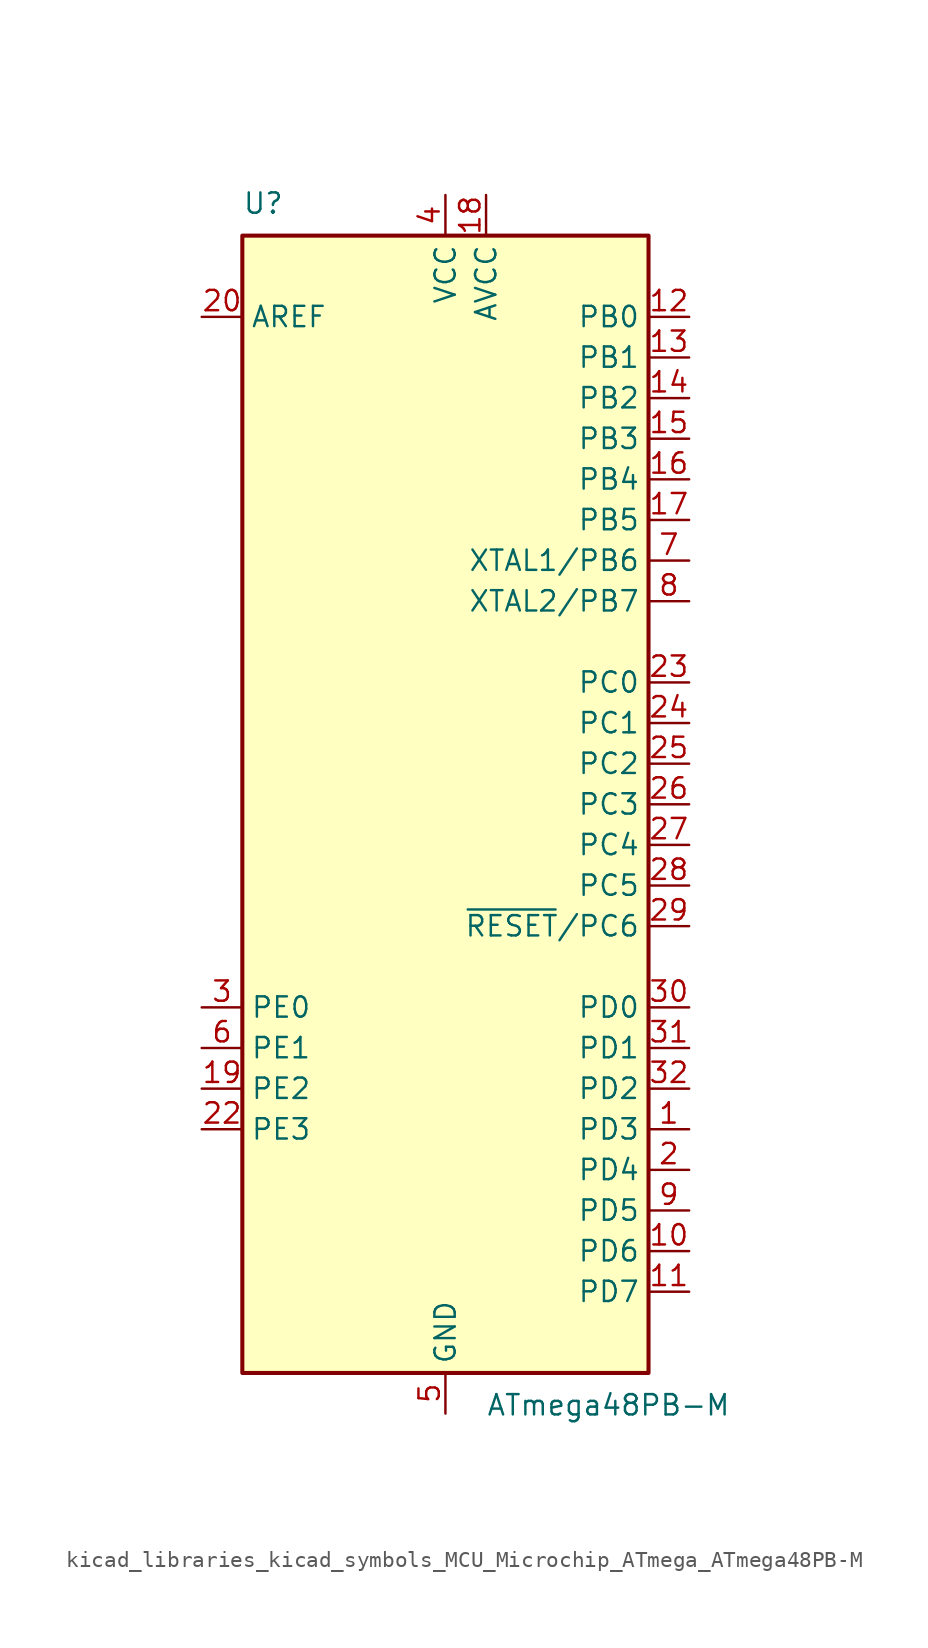
<source format=kicad_sym>
(kicad_symbol_lib
  (version 20220914)
  (generator kicad_symbol_editor)
  (symbol "kicad_libraries_kicad_symbols_MCU_Microchip_ATmega_ATmega48PB-M"
    (property "Reference" "U"
      (at -12.7 36.83 0)
      (effects (font (size 1.27 1.27)) (justify left bottom)))
    (property "Value" "ATmega48PB-M"
      (at 2.54 -36.83 0)
      (effects (font (size 1.27 1.27)) (justify left top)))
    (symbol "kicad_libraries_kicad_symbols_MCU_Microchip_ATmega_ATmega48PB-M_0_1"
      (rectangle (start -12.7 -35.56) (end 12.7 35.56) (stroke (width 0.254) (type default)) (fill (type background))))
    (symbol "kicad_libraries_kicad_symbols_MCU_Microchip_ATmega_ATmega48PB-M_1_1"
      (pin bidirectional line (at 15.24 -20.32 180) (length 2.54) (name "PD3" (effects (font (size 1.27 1.27)))) (number "1" (effects (font (size 1.27 1.27)))))
      (pin bidirectional line (at 15.24 -27.94 180) (length 2.54) (name "PD6" (effects (font (size 1.27 1.27)))) (number "10" (effects (font (size 1.27 1.27)))))
      (pin bidirectional line (at 15.24 -30.48 180) (length 2.54) (name "PD7" (effects (font (size 1.27 1.27)))) (number "11" (effects (font (size 1.27 1.27)))))
      (pin bidirectional line (at 15.24 30.48 180) (length 2.54) (name "PB0" (effects (font (size 1.27 1.27)))) (number "12" (effects (font (size 1.27 1.27)))))
      (pin bidirectional line (at 15.24 27.94 180) (length 2.54) (name "PB1" (effects (font (size 1.27 1.27)))) (number "13" (effects (font (size 1.27 1.27)))))
      (pin bidirectional line (at 15.24 25.4 180) (length 2.54) (name "PB2" (effects (font (size 1.27 1.27)))) (number "14" (effects (font (size 1.27 1.27)))))
      (pin bidirectional line (at 15.24 22.86 180) (length 2.54) (name "PB3" (effects (font (size 1.27 1.27)))) (number "15" (effects (font (size 1.27 1.27)))))
      (pin bidirectional line (at 15.24 20.32 180) (length 2.54) (name "PB4" (effects (font (size 1.27 1.27)))) (number "16" (effects (font (size 1.27 1.27)))))
      (pin bidirectional line (at 15.24 17.78 180) (length 2.54) (name "PB5" (effects (font (size 1.27 1.27)))) (number "17" (effects (font (size 1.27 1.27)))))
      (pin power_in line (at 2.54 38.1 270) (length 2.54) (name "AVCC" (effects (font (size 1.27 1.27)))) (number "18" (effects (font (size 1.27 1.27)))))
      (pin bidirectional line (at -15.24 -17.78 0) (length 2.54) (name "PE2" (effects (font (size 1.27 1.27)))) (number "19" (effects (font (size 1.27 1.27)))))
      (pin bidirectional line (at 15.24 -22.86 180) (length 2.54) (name "PD4" (effects (font (size 1.27 1.27)))) (number "2" (effects (font (size 1.27 1.27)))))
      (pin passive line (at -15.24 30.48 0) (length 2.54) (name "AREF" (effects (font (size 1.27 1.27)))) (number "20" (effects (font (size 1.27 1.27)))))
      (pin passive line (at 0 -38.1 90) (length 2.54) hide (name "GND" (effects (font (size 1.27 1.27)))) (number "21" (effects (font (size 1.27 1.27)))))
      (pin bidirectional line (at -15.24 -20.32 0) (length 2.54) (name "PE3" (effects (font (size 1.27 1.27)))) (number "22" (effects (font (size 1.27 1.27)))))
      (pin bidirectional line (at 15.24 7.62 180) (length 2.54) (name "PC0" (effects (font (size 1.27 1.27)))) (number "23" (effects (font (size 1.27 1.27)))))
      (pin bidirectional line (at 15.24 5.08 180) (length 2.54) (name "PC1" (effects (font (size 1.27 1.27)))) (number "24" (effects (font (size 1.27 1.27)))))
      (pin bidirectional line (at 15.24 2.54 180) (length 2.54) (name "PC2" (effects (font (size 1.27 1.27)))) (number "25" (effects (font (size 1.27 1.27)))))
      (pin bidirectional line (at 15.24 0 180) (length 2.54) (name "PC3" (effects (font (size 1.27 1.27)))) (number "26" (effects (font (size 1.27 1.27)))))
      (pin bidirectional line (at 15.24 -2.54 180) (length 2.54) (name "PC4" (effects (font (size 1.27 1.27)))) (number "27" (effects (font (size 1.27 1.27)))))
      (pin bidirectional line (at 15.24 -5.08 180) (length 2.54) (name "PC5" (effects (font (size 1.27 1.27)))) (number "28" (effects (font (size 1.27 1.27)))))
      (pin bidirectional line (at 15.24 -7.62 180) (length 2.54) (name "~{RESET}/PC6" (effects (font (size 1.27 1.27)))) (number "29" (effects (font (size 1.27 1.27)))))
      (pin bidirectional line (at -15.24 -12.7 0) (length 2.54) (name "PE0" (effects (font (size 1.27 1.27)))) (number "3" (effects (font (size 1.27 1.27)))))
      (pin bidirectional line (at 15.24 -12.7 180) (length 2.54) (name "PD0" (effects (font (size 1.27 1.27)))) (number "30" (effects (font (size 1.27 1.27)))))
      (pin bidirectional line (at 15.24 -15.24 180) (length 2.54) (name "PD1" (effects (font (size 1.27 1.27)))) (number "31" (effects (font (size 1.27 1.27)))))
      (pin bidirectional line (at 15.24 -17.78 180) (length 2.54) (name "PD2" (effects (font (size 1.27 1.27)))) (number "32" (effects (font (size 1.27 1.27)))))
      (pin passive line (at 0 -38.1 90) (length 2.54) hide (name "GND" (effects (font (size 1.27 1.27)))) (number "33" (effects (font (size 1.27 1.27)))))
      (pin power_in line (at 0 38.1 270) (length 2.54) (name "VCC" (effects (font (size 1.27 1.27)))) (number "4" (effects (font (size 1.27 1.27)))))
      (pin power_in line (at 0 -38.1 90) (length 2.54) (name "GND" (effects (font (size 1.27 1.27)))) (number "5" (effects (font (size 1.27 1.27)))))
      (pin bidirectional line (at -15.24 -15.24 0) (length 2.54) (name "PE1" (effects (font (size 1.27 1.27)))) (number "6" (effects (font (size 1.27 1.27)))))
      (pin bidirectional line (at 15.24 15.24 180) (length 2.54) (name "XTAL1/PB6" (effects (font (size 1.27 1.27)))) (number "7" (effects (font (size 1.27 1.27)))))
      (pin bidirectional line (at 15.24 12.7 180) (length 2.54) (name "XTAL2/PB7" (effects (font (size 1.27 1.27)))) (number "8" (effects (font (size 1.27 1.27)))))
      (pin bidirectional line (at 15.24 -25.4 180) (length 2.54) (name "PD5" (effects (font (size 1.27 1.27)))) (number "9" (effects (font (size 1.27 1.27))))))))
</source>
